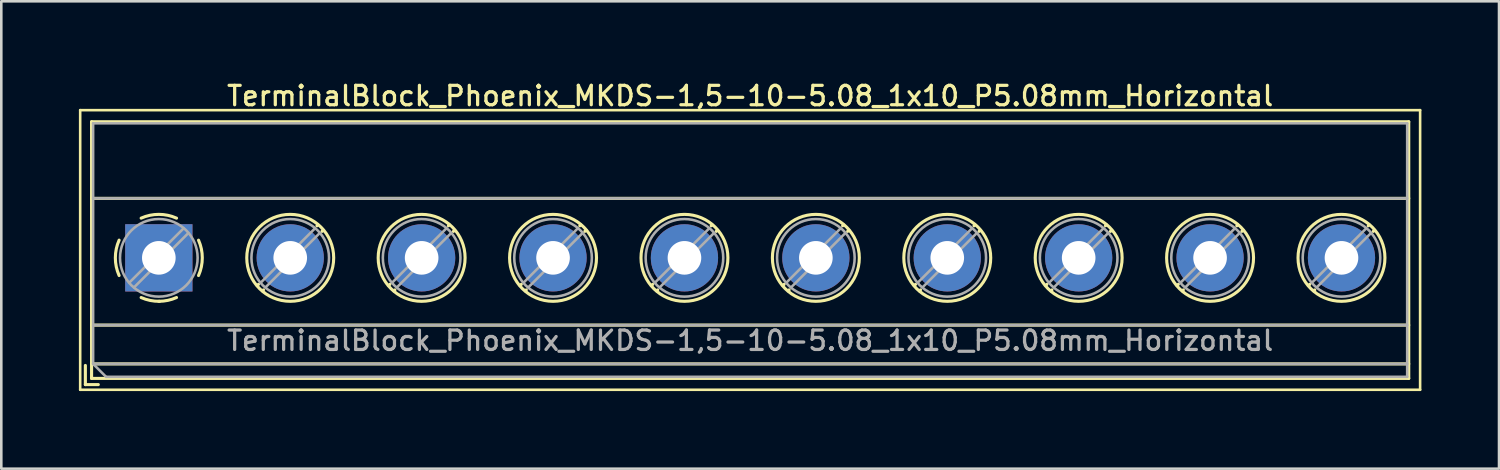
<source format=kicad_pcb>
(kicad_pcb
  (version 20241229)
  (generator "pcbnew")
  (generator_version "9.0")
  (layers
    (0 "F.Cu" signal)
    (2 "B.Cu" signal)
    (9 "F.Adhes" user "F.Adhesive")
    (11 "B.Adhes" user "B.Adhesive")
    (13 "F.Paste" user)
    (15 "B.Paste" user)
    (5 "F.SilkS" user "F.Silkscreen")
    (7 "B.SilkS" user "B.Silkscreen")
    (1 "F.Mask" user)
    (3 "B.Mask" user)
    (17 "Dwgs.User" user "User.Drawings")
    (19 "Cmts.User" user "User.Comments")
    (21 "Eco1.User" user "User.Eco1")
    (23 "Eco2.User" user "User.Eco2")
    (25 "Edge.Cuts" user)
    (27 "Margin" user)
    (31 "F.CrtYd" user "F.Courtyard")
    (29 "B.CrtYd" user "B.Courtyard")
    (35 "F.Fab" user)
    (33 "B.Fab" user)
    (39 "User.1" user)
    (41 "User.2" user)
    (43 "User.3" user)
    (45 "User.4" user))
  (footprint "TerminalBlock_Phoenix_MKDS-1,5-10-5.08_1x10_P5.08mm_Horizontal"
    (layer "F.Cu")
    (at 3.09 6.918)
    (property "Reference" "TerminalBlock_Phoenix_MKDS-1,5-10-5.08_1x10_P5.08mm_Horizontal" (at 22.86 -6.26 0) (layer "F.SilkS") (effects (font (size 0.75 0.75) (thickness 0.125))))
    (attr through_hole)
    (fp_line (start -3.04 -5.71) (end -3.04 5.1) (stroke (width 0.1) (type solid)) (layer "F.SilkS"))
    (fp_line (start -3.04 5.1) (end 48.76 5.1) (stroke (width 0.1) (type solid)) (layer "F.SilkS"))
    (fp_line (start -2.84 4.16) (end -2.84 4.9) (stroke (width 0.12) (type solid)) (layer "F.SilkS"))
    (fp_line (start -2.84 4.9) (end -2.34 4.9) (stroke (width 0.12) (type solid)) (layer "F.SilkS"))
    (fp_line (start -2.6 -5.261) (end -2.6 4.66) (stroke (width 0.12) (type solid)) (layer "F.SilkS"))
    (fp_line (start -2.6 -5.261) (end 48.32 -5.261) (stroke (width 0.12) (type solid)) (layer "F.SilkS"))
    (fp_line (start -2.6 -2.301) (end 48.32 -2.301) (stroke (width 0.12) (type solid)) (layer "F.SilkS"))
    (fp_line (start -2.6 2.6) (end 48.32 2.6) (stroke (width 0.12) (type solid)) (layer "F.SilkS"))
    (fp_line (start -2.6 4.1) (end 48.32 4.1) (stroke (width 0.12) (type solid)) (layer "F.SilkS"))
    (fp_line (start -2.6 4.66) (end 48.32 4.66) (stroke (width 0.12) (type solid)) (layer "F.SilkS"))
    (fp_line (start 3.853 1.023) (end 3.806 1.069) (stroke (width 0.12) (type solid)) (layer "F.SilkS"))
    (fp_line (start 4.046 1.239) (end 4.011 1.274) (stroke (width 0.12) (type solid)) (layer "F.SilkS"))
    (fp_line (start 6.15 -1.275) (end 6.115 -1.239) (stroke (width 0.12) (type solid)) (layer "F.SilkS"))
    (fp_line (start 6.355 -1.069) (end 6.308 -1.023) (stroke (width 0.12) (type solid)) (layer "F.SilkS"))
    (fp_line (start 8.933 1.023) (end 8.886 1.069) (stroke (width 0.12) (type solid)) (layer "F.SilkS"))
    (fp_line (start 9.126 1.239) (end 9.091 1.274) (stroke (width 0.12) (type solid)) (layer "F.SilkS"))
    (fp_line (start 11.23 -1.275) (end 11.195 -1.239) (stroke (width 0.12) (type solid)) (layer "F.SilkS"))
    (fp_line (start 11.435 -1.069) (end 11.388 -1.023) (stroke (width 0.12) (type solid)) (layer "F.SilkS"))
    (fp_line (start 14.013 1.023) (end 13.966 1.069) (stroke (width 0.12) (type solid)) (layer "F.SilkS"))
    (fp_line (start 14.206 1.239) (end 14.171 1.274) (stroke (width 0.12) (type solid)) (layer "F.SilkS"))
    (fp_line (start 16.31 -1.275) (end 16.275 -1.239) (stroke (width 0.12) (type solid)) (layer "F.SilkS"))
    (fp_line (start 16.515 -1.069) (end 16.468 -1.023) (stroke (width 0.12) (type solid)) (layer "F.SilkS"))
    (fp_line (start 19.093 1.023) (end 19.046 1.069) (stroke (width 0.12) (type solid)) (layer "F.SilkS"))
    (fp_line (start 19.286 1.239) (end 19.251 1.274) (stroke (width 0.12) (type solid)) (layer "F.SilkS"))
    (fp_line (start 21.39 -1.275) (end 21.355 -1.239) (stroke (width 0.12) (type solid)) (layer "F.SilkS"))
    (fp_line (start 21.595 -1.069) (end 21.548 -1.023) (stroke (width 0.12) (type solid)) (layer "F.SilkS"))
    (fp_line (start 24.173 1.023) (end 24.126 1.069) (stroke (width 0.12) (type solid)) (layer "F.SilkS"))
    (fp_line (start 24.366 1.239) (end 24.331 1.274) (stroke (width 0.12) (type solid)) (layer "F.SilkS"))
    (fp_line (start 26.47 -1.275) (end 26.435 -1.239) (stroke (width 0.12) (type solid)) (layer "F.SilkS"))
    (fp_line (start 26.675 -1.069) (end 26.628 -1.023) (stroke (width 0.12) (type solid)) (layer "F.SilkS"))
    (fp_line (start 29.253 1.023) (end 29.206 1.069) (stroke (width 0.12) (type solid)) (layer "F.SilkS"))
    (fp_line (start 29.446 1.239) (end 29.411 1.274) (stroke (width 0.12) (type solid)) (layer "F.SilkS"))
    (fp_line (start 31.55 -1.275) (end 31.515 -1.239) (stroke (width 0.12) (type solid)) (layer "F.SilkS"))
    (fp_line (start 31.755 -1.069) (end 31.708 -1.023) (stroke (width 0.12) (type solid)) (layer "F.SilkS"))
    (fp_line (start 34.333 1.023) (end 34.286 1.069) (stroke (width 0.12) (type solid)) (layer "F.SilkS"))
    (fp_line (start 34.526 1.239) (end 34.491 1.274) (stroke (width 0.12) (type solid)) (layer "F.SilkS"))
    (fp_line (start 36.63 -1.275) (end 36.595 -1.239) (stroke (width 0.12) (type solid)) (layer "F.SilkS"))
    (fp_line (start 36.835 -1.069) (end 36.788 -1.023) (stroke (width 0.12) (type solid)) (layer "F.SilkS"))
    (fp_line (start 39.413 1.023) (end 39.366 1.069) (stroke (width 0.12) (type solid)) (layer "F.SilkS"))
    (fp_line (start 39.606 1.239) (end 39.571 1.274) (stroke (width 0.12) (type solid)) (layer "F.SilkS"))
    (fp_line (start 41.71 -1.275) (end 41.675 -1.239) (stroke (width 0.12) (type solid)) (layer "F.SilkS"))
    (fp_line (start 41.915 -1.069) (end 41.868 -1.023) (stroke (width 0.12) (type solid)) (layer "F.SilkS"))
    (fp_line (start 44.493 1.023) (end 44.446 1.069) (stroke (width 0.12) (type solid)) (layer "F.SilkS"))
    (fp_line (start 44.686 1.239) (end 44.651 1.274) (stroke (width 0.12) (type solid)) (layer "F.SilkS"))
    (fp_line (start 46.79 -1.275) (end 46.755 -1.239) (stroke (width 0.12) (type solid)) (layer "F.SilkS"))
    (fp_line (start 46.995 -1.069) (end 46.948 -1.023) (stroke (width 0.12) (type solid)) (layer "F.SilkS"))
    (fp_line (start 48.32 -5.261) (end 48.32 4.66) (stroke (width 0.12) (type solid)) (layer "F.SilkS"))
    (fp_line (start 48.76 -5.71) (end -3.04 -5.71) (stroke (width 0.1) (type solid)) (layer "F.SilkS"))
    (fp_line (start 48.76 5.1) (end 48.76 -5.71) (stroke (width 0.1) (type solid)) (layer "F.SilkS"))
    (fp_arc (start -1.535427 0.683042) (mid -1.680501 -0.000524) (end -1.535 -0.684) (stroke (width 0.12) (type solid)) (layer "F.SilkS"))
    (fp_arc (start -0.683042 -1.535427) (mid 0.000524 -1.680501) (end 0.684 -1.535) (stroke (width 0.12) (type solid)) (layer "F.SilkS"))
    (fp_arc (start 0.028805 1.680253) (mid -0.335551 1.646659) (end -0.684 1.535) (stroke (width 0.12) (type solid)) (layer "F.SilkS"))
    (fp_arc (start 0.683318 1.534756) (mid 0.349292 1.643288) (end 0 1.68) (stroke (width 0.12) (type solid)) (layer "F.SilkS"))
    (fp_arc (start 1.535427 -0.683042) (mid 1.680501 0.000524) (end 1.535 0.684) (stroke (width 0.12) (type solid)) (layer "F.SilkS"))
    (fp_circle (center 5.08 0) (end 6.76 0) (stroke (width 0.12) (type solid)) (fill no) (layer "F.SilkS"))
    (fp_circle (center 10.16 0) (end 11.84 0) (stroke (width 0.12) (type solid)) (fill no) (layer "F.SilkS"))
    (fp_circle (center 15.24 0) (end 16.92 0) (stroke (width 0.12) (type solid)) (fill no) (layer "F.SilkS"))
    (fp_circle (center 20.32 0) (end 22 0) (stroke (width 0.12) (type solid)) (fill no) (layer "F.SilkS"))
    (fp_circle (center 25.4 0) (end 27.08 0) (stroke (width 0.12) (type solid)) (fill no) (layer "F.SilkS"))
    (fp_circle (center 30.48 0) (end 32.16 0) (stroke (width 0.12) (type solid)) (fill no) (layer "F.SilkS"))
    (fp_circle (center 35.56 0) (end 37.24 0) (stroke (width 0.12) (type solid)) (fill no) (layer "F.SilkS"))
    (fp_circle (center 40.64 0) (end 42.32 0) (stroke (width 0.12) (type solid)) (fill no) (layer "F.SilkS"))
    (fp_circle (center 45.72 0) (end 47.4 0) (stroke (width 0.12) (type solid)) (fill no) (layer "F.SilkS"))
    (fp_line (start -2.54 -5.2) (end 48.26 -5.2) (stroke (width 0.1) (type solid)) (layer "F.Fab"))
    (fp_line (start -2.54 -2.3) (end 48.26 -2.3) (stroke (width 0.1) (type solid)) (layer "F.Fab"))
    (fp_line (start -2.54 2.6) (end 48.26 2.6) (stroke (width 0.1) (type solid)) (layer "F.Fab"))
    (fp_line (start -2.54 4.1) (end -2.54 -5.2) (stroke (width 0.1) (type solid)) (layer "F.Fab"))
    (fp_line (start -2.54 4.1) (end 48.26 4.1) (stroke (width 0.1) (type solid)) (layer "F.Fab"))
    (fp_line (start -2.04 4.6) (end -2.54 4.1) (stroke (width 0.1) (type solid)) (layer "F.Fab"))
    (fp_line (start 0.955 -1.138) (end -1.138 0.955) (stroke (width 0.1) (type solid)) (layer "F.Fab"))
    (fp_line (start 1.138 -0.955) (end -0.955 1.138) (stroke (width 0.1) (type solid)) (layer "F.Fab"))
    (fp_line (start 6.035 -1.138) (end 3.943 0.955) (stroke (width 0.1) (type solid)) (layer "F.Fab"))
    (fp_line (start 6.218 -0.955) (end 4.126 1.138) (stroke (width 0.1) (type solid)) (layer "F.Fab"))
    (fp_line (start 11.115 -1.138) (end 9.023 0.955) (stroke (width 0.1) (type solid)) (layer "F.Fab"))
    (fp_line (start 11.298 -0.955) (end 9.206 1.138) (stroke (width 0.1) (type solid)) (layer "F.Fab"))
    (fp_line (start 16.195 -1.138) (end 14.103 0.955) (stroke (width 0.1) (type solid)) (layer "F.Fab"))
    (fp_line (start 16.378 -0.955) (end 14.286 1.138) (stroke (width 0.1) (type solid)) (layer "F.Fab"))
    (fp_line (start 21.275 -1.138) (end 19.183 0.955) (stroke (width 0.1) (type solid)) (layer "F.Fab"))
    (fp_line (start 21.458 -0.955) (end 19.366 1.138) (stroke (width 0.1) (type solid)) (layer "F.Fab"))
    (fp_line (start 26.355 -1.138) (end 24.263 0.955) (stroke (width 0.1) (type solid)) (layer "F.Fab"))
    (fp_line (start 26.538 -0.955) (end 24.446 1.138) (stroke (width 0.1) (type solid)) (layer "F.Fab"))
    (fp_line (start 31.435 -1.138) (end 29.343 0.955) (stroke (width 0.1) (type solid)) (layer "F.Fab"))
    (fp_line (start 31.618 -0.955) (end 29.526 1.138) (stroke (width 0.1) (type solid)) (layer "F.Fab"))
    (fp_line (start 36.515 -1.138) (end 34.423 0.955) (stroke (width 0.1) (type solid)) (layer "F.Fab"))
    (fp_line (start 36.698 -0.955) (end 34.606 1.138) (stroke (width 0.1) (type solid)) (layer "F.Fab"))
    (fp_line (start 41.595 -1.138) (end 39.503 0.955) (stroke (width 0.1) (type solid)) (layer "F.Fab"))
    (fp_line (start 41.778 -0.955) (end 39.686 1.138) (stroke (width 0.1) (type solid)) (layer "F.Fab"))
    (fp_line (start 46.675 -1.138) (end 44.583 0.955) (stroke (width 0.1) (type solid)) (layer "F.Fab"))
    (fp_line (start 46.858 -0.955) (end 44.766 1.138) (stroke (width 0.1) (type solid)) (layer "F.Fab"))
    (fp_line (start 48.26 -5.2) (end 48.26 4.6) (stroke (width 0.1) (type solid)) (layer "F.Fab"))
    (fp_line (start 48.26 4.6) (end -2.04 4.6) (stroke (width 0.1) (type solid)) (layer "F.Fab"))
    (fp_circle (center 0 0) (end 1.5 0) (stroke (width 0.1) (type solid)) (fill no) (layer "F.Fab"))
    (fp_circle (center 5.08 0) (end 6.58 0) (stroke (width 0.1) (type solid)) (fill no) (layer "F.Fab"))
    (fp_circle (center 10.16 0) (end 11.66 0) (stroke (width 0.1) (type solid)) (fill no) (layer "F.Fab"))
    (fp_circle (center 15.24 0) (end 16.74 0) (stroke (width 0.1) (type solid)) (fill no) (layer "F.Fab"))
    (fp_circle (center 20.32 0) (end 21.82 0) (stroke (width 0.1) (type solid)) (fill no) (layer "F.Fab"))
    (fp_circle (center 25.4 0) (end 26.9 0) (stroke (width 0.1) (type solid)) (fill no) (layer "F.Fab"))
    (fp_circle (center 30.48 0) (end 31.98 0) (stroke (width 0.1) (type solid)) (fill no) (layer "F.Fab"))
    (fp_circle (center 35.56 0) (end 37.06 0) (stroke (width 0.1) (type solid)) (fill no) (layer "F.Fab"))
    (fp_circle (center 40.64 0) (end 42.14 0) (stroke (width 0.1) (type solid)) (fill no) (layer "F.Fab"))
    (fp_circle (center 45.72 0) (end 47.22 0) (stroke (width 0.1) (type solid)) (fill no) (layer "F.Fab"))
    (fp_text user "${REFERENCE}" (at 22.86 3.2 0) (layer "F.Fab") (effects (font (size 0.75 0.75) (thickness 0.125))))
    (pad "1" thru_hole rect (at 0 0) (size 2.6 2.6) (drill 1.3) (layers "*.Cu" "*.Mask"))
    (pad "2" thru_hole circle (at 5.08 0) (size 2.6 2.6) (drill 1.3) (layers "*.Cu" "*.Mask"))
    (pad "3" thru_hole circle (at 10.16 0) (size 2.6 2.6) (drill 1.3) (layers "*.Cu" "*.Mask"))
    (pad "4" thru_hole circle (at 15.24 0) (size 2.6 2.6) (drill 1.3) (layers "*.Cu" "*.Mask"))
    (pad "5" thru_hole circle (at 20.32 0) (size 2.6 2.6) (drill 1.3) (layers "*.Cu" "*.Mask"))
    (pad "6" thru_hole circle (at 25.4 0) (size 2.6 2.6) (drill 1.3) (layers "*.Cu" "*.Mask"))
    (pad "7" thru_hole circle (at 30.48 0) (size 2.6 2.6) (drill 1.3) (layers "*.Cu" "*.Mask"))
    (pad "8" thru_hole circle (at 35.56 0) (size 2.6 2.6) (drill 1.3) (layers "*.Cu" "*.Mask"))
    (pad "9" thru_hole circle (at 40.64 0) (size 2.6 2.6) (drill 1.3) (layers "*.Cu" "*.Mask"))
    (pad "10" thru_hole circle (at 45.72 0) (size 2.6 2.6) (drill 1.3) (layers "*.Cu" "*.Mask")))
  (gr_rect
    (start -3 -3)
    (end 54.9 15.068)
    (stroke (width 0.1) (type default))
    (fill no)
    (layer "Edge.Cuts")))
</source>
